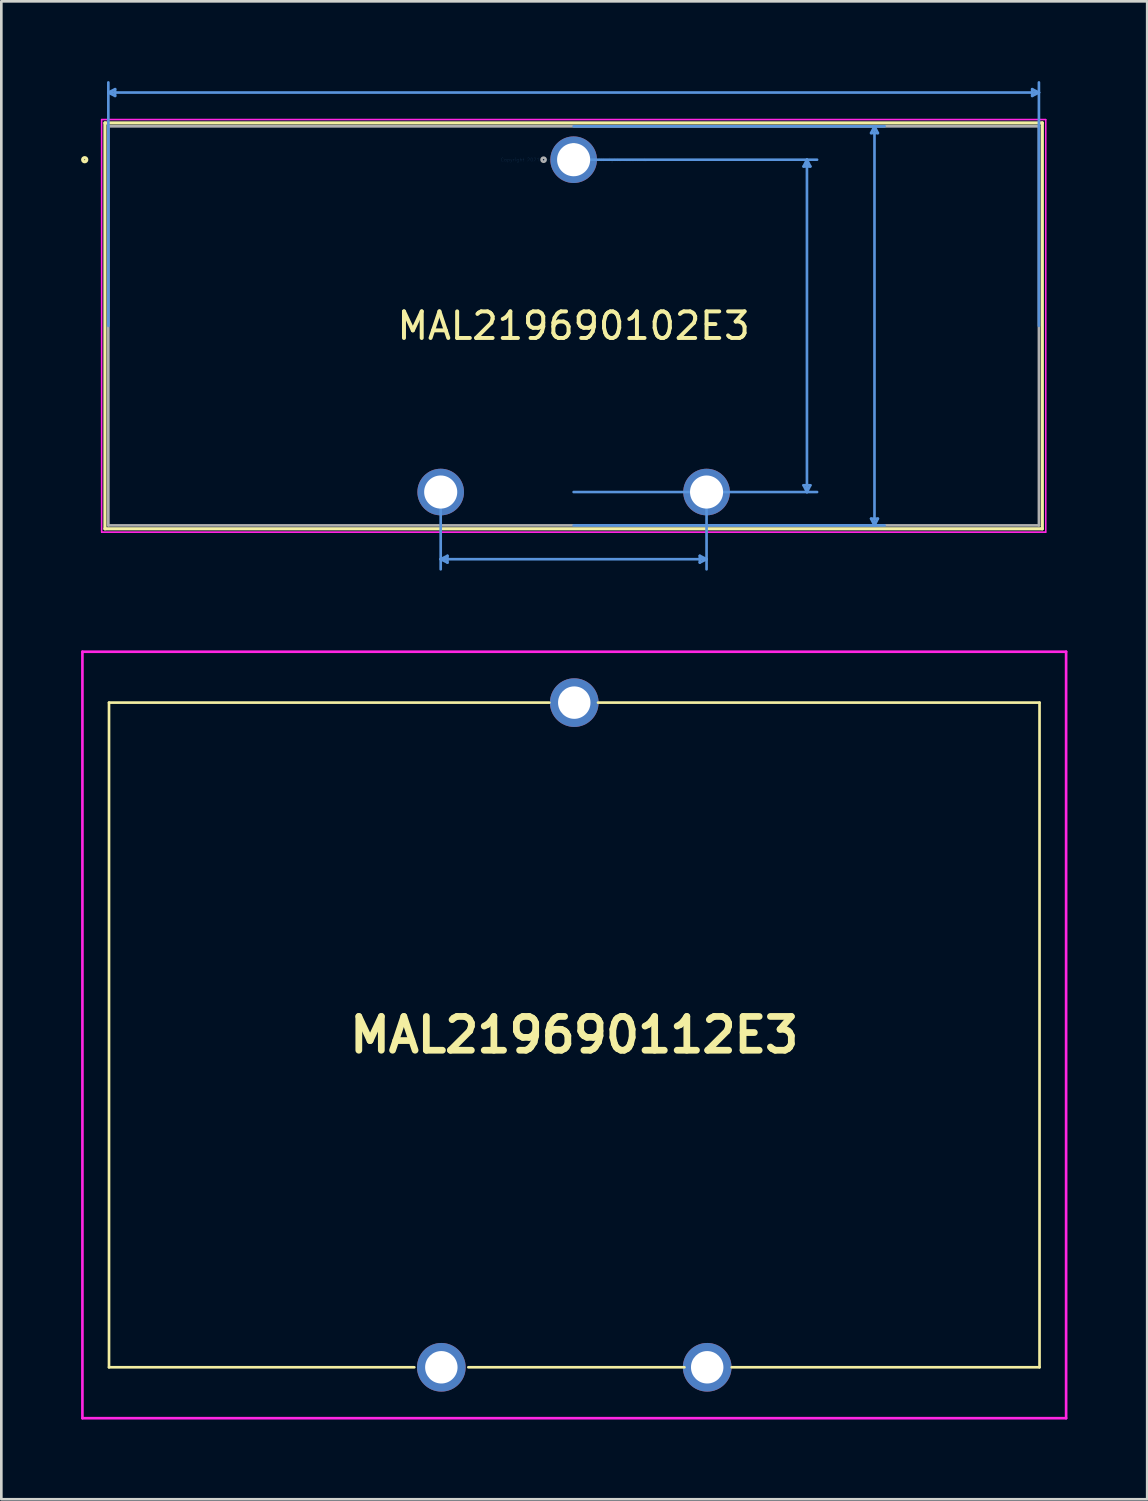
<source format=kicad_pcb>
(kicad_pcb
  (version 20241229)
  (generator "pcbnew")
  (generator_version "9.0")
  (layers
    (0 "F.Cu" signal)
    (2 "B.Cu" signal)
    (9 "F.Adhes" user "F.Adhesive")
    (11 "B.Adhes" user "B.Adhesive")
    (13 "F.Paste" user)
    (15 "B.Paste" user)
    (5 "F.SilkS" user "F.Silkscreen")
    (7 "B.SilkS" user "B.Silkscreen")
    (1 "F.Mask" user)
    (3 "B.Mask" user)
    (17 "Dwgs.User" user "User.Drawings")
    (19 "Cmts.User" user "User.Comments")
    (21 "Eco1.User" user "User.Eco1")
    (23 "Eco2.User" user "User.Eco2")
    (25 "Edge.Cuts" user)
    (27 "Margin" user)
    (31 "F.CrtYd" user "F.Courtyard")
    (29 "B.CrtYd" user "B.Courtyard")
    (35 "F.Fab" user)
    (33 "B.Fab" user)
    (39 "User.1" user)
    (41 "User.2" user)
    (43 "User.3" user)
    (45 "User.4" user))
  (footprint "MAL219690102E3"
    (layer "F.Cu")
    (at 18.526 2.957)
    (property "Reference" "MAL219690102E3" (at 0 6.25 0) (layer "F.SilkS") (effects (font (size 1 1) (thickness 0.15))))
    (attr through_hole)
    (fp_line (start -17.628 -1.383) (end -17.628 13.883) (stroke (width 0.12) (type solid)) (layer "F.SilkS"))
    (fp_line (start 17.628 -1.383) (end -17.628 -1.383) (stroke (width 0.12) (type solid)) (layer "F.SilkS"))
    (fp_line (start 17.628 -1.383) (end 17.628 13.883) (stroke (width 0.12) (type solid)) (layer "F.SilkS"))
    (fp_line (start 17.628 13.883) (end -17.628 13.883) (stroke (width 0.12) (type solid)) (layer "F.SilkS"))
    (fp_circle (center -18.39 0) (end -18.313 0) (stroke (width 0.12) (type solid)) (fill no) (layer "F.SilkS"))
    (fp_line (start -17.501 -2.526) (end -17.247 -2.653) (stroke (width 0.1) (type solid)) (layer "Cmts.User"))
    (fp_line (start -17.501 -2.526) (end -17.247 -2.399) (stroke (width 0.1) (type solid)) (layer "Cmts.User"))
    (fp_line (start -17.501 -2.526) (end 17.501 -2.526) (stroke (width 0.1) (type solid)) (layer "Cmts.User"))
    (fp_line (start -17.501 6.25) (end -17.501 -2.907) (stroke (width 0.1) (type solid)) (layer "Cmts.User"))
    (fp_line (start -17.247 -2.653) (end -17.247 -2.399) (stroke (width 0.1) (type solid)) (layer "Cmts.User"))
    (fp_line (start -5 12.5) (end -5 15.407) (stroke (width 0.1) (type solid)) (layer "Cmts.User"))
    (fp_line (start -5 15.026) (end -4.746 14.899) (stroke (width 0.1) (type solid)) (layer "Cmts.User"))
    (fp_line (start -5 15.026) (end -4.746 15.153) (stroke (width 0.1) (type solid)) (layer "Cmts.User"))
    (fp_line (start -5 15.026) (end 5 15.026) (stroke (width 0.1) (type solid)) (layer "Cmts.User"))
    (fp_line (start -4.746 14.899) (end -4.746 15.153) (stroke (width 0.1) (type solid)) (layer "Cmts.User"))
    (fp_line (start 0 -1.256) (end 11.697 -1.256) (stroke (width 0.1) (type solid)) (layer "Cmts.User"))
    (fp_line (start 0 0) (end 9.157 0) (stroke (width 0.1) (type solid)) (layer "Cmts.User"))
    (fp_line (start 0 12.5) (end 9.157 12.5) (stroke (width 0.1) (type solid)) (layer "Cmts.User"))
    (fp_line (start 0 13.756) (end 11.697 13.756) (stroke (width 0.1) (type solid)) (layer "Cmts.User"))
    (fp_line (start 4.746 14.899) (end 4.746 15.153) (stroke (width 0.1) (type solid)) (layer "Cmts.User"))
    (fp_line (start 5 12.5) (end 5 15.407) (stroke (width 0.1) (type solid)) (layer "Cmts.User"))
    (fp_line (start 5 15.026) (end 4.746 14.899) (stroke (width 0.1) (type solid)) (layer "Cmts.User"))
    (fp_line (start 5 15.026) (end 4.746 15.153) (stroke (width 0.1) (type solid)) (layer "Cmts.User"))
    (fp_line (start 8.649 0.254) (end 8.903 0.254) (stroke (width 0.1) (type solid)) (layer "Cmts.User"))
    (fp_line (start 8.649 12.246) (end 8.903 12.246) (stroke (width 0.1) (type solid)) (layer "Cmts.User"))
    (fp_line (start 8.776 0) (end 8.649 0.254) (stroke (width 0.1) (type solid)) (layer "Cmts.User"))
    (fp_line (start 8.776 0) (end 8.776 12.5) (stroke (width 0.1) (type solid)) (layer "Cmts.User"))
    (fp_line (start 8.776 0) (end 8.903 0.254) (stroke (width 0.1) (type solid)) (layer "Cmts.User"))
    (fp_line (start 8.776 12.5) (end 8.649 12.246) (stroke (width 0.1) (type solid)) (layer "Cmts.User"))
    (fp_line (start 8.776 12.5) (end 8.903 12.246) (stroke (width 0.1) (type solid)) (layer "Cmts.User"))
    (fp_line (start 11.189 -1.002) (end 11.443 -1.002) (stroke (width 0.1) (type solid)) (layer "Cmts.User"))
    (fp_line (start 11.189 13.502) (end 11.443 13.502) (stroke (width 0.1) (type solid)) (layer "Cmts.User"))
    (fp_line (start 11.316 -1.256) (end 11.189 -1.002) (stroke (width 0.1) (type solid)) (layer "Cmts.User"))
    (fp_line (start 11.316 -1.256) (end 11.316 13.756) (stroke (width 0.1) (type solid)) (layer "Cmts.User"))
    (fp_line (start 11.316 -1.256) (end 11.443 -1.002) (stroke (width 0.1) (type solid)) (layer "Cmts.User"))
    (fp_line (start 11.316 13.756) (end 11.189 13.502) (stroke (width 0.1) (type solid)) (layer "Cmts.User"))
    (fp_line (start 11.316 13.756) (end 11.443 13.502) (stroke (width 0.1) (type solid)) (layer "Cmts.User"))
    (fp_line (start 17.247 -2.653) (end 17.247 -2.399) (stroke (width 0.1) (type solid)) (layer "Cmts.User"))
    (fp_line (start 17.501 -2.526) (end 17.247 -2.653) (stroke (width 0.1) (type solid)) (layer "Cmts.User"))
    (fp_line (start 17.501 -2.526) (end 17.247 -2.399) (stroke (width 0.1) (type solid)) (layer "Cmts.User"))
    (fp_line (start 17.501 6.25) (end 17.501 -2.907) (stroke (width 0.1) (type solid)) (layer "Cmts.User"))
    (fp_line (start -17.755 -1.51) (end 17.755 -1.51) (stroke (width 0.05) (type solid)) (layer "F.CrtYd"))
    (fp_line (start -17.755 -1.51) (end 17.755 -1.51) (stroke (width 0.05) (type solid)) (layer "F.CrtYd"))
    (fp_line (start -17.755 14.01) (end -17.755 -1.51) (stroke (width 0.05) (type solid)) (layer "F.CrtYd"))
    (fp_line (start -17.755 14.01) (end -17.755 -1.51) (stroke (width 0.05) (type solid)) (layer "F.CrtYd"))
    (fp_line (start 17.755 -1.51) (end 17.755 14.01) (stroke (width 0.05) (type solid)) (layer "F.CrtYd"))
    (fp_line (start 17.755 -1.51) (end 17.755 14.01) (stroke (width 0.05) (type solid)) (layer "F.CrtYd"))
    (fp_line (start 17.755 14.01) (end -17.755 14.01) (stroke (width 0.05) (type solid)) (layer "F.CrtYd"))
    (fp_line (start 17.755 14.01) (end -17.755 14.01) (stroke (width 0.05) (type solid)) (layer "F.CrtYd"))
    (fp_line (start -17.501 -1.256) (end -17.501 13.756) (stroke (width 0.1) (type solid)) (layer "F.Fab"))
    (fp_line (start 17.501 -1.256) (end -17.501 -1.256) (stroke (width 0.1) (type solid)) (layer "F.Fab"))
    (fp_line (start 17.501 -1.256) (end 17.501 13.756) (stroke (width 0.1) (type solid)) (layer "F.Fab"))
    (fp_line (start 17.501 13.756) (end -17.501 13.756) (stroke (width 0.1) (type solid)) (layer "F.Fab"))
    (fp_circle (center -1.13 0) (end -1.054 0) (stroke (width 0.1) (type solid)) (fill no) (layer "F.Fab"))
    (fp_text user "*" (at 0 0 0) (layer "F.SilkS") (effects (font (size 1 1) (thickness 0.15))))
    (fp_text user "Copyright 2021 Accelerated Designs. All rights reserved." (at 0 0 0) (layer "Cmts.User") (effects (font (size 0.127 0.127) (thickness 0.002))))
    (fp_text user "*" (at 0 0 0) (layer "F.Fab") (effects (font (size 1 1) (thickness 0.15))))
    (pad "1" thru_hole circle (at 0 0) (size 1.753 1.753) (drill 1.245) (layers "*.Cu" "*.Mask"))
    (pad "2" thru_hole circle (at -5 12.5) (size 1.753 1.753) (drill 1.245) (layers "*.Cu" "*.Mask"))
    (pad "3" thru_hole circle (at 5 12.5) (size 1.753 1.753) (drill 1.245) (layers "*.Cu" "*.Mask")))
  (footprint "MAL219690112E3"
    (layer "F.Cu")
    (at 13.55 48.378)
    (property "Reference" "MAL219690112E3" (at 5 -12.5 0) (layer "F.SilkS") (effects (font (size 1.27 1.27) (thickness 0.254))))
    (attr through_hole)
    (fp_line (start -12.5 -25) (end 4.064 -25) (stroke (width 0.1) (type solid)) (layer "F.SilkS"))
    (fp_line (start -12.5 0) (end -12.5 -25) (stroke (width 0.1) (type solid)) (layer "F.SilkS"))
    (fp_line (start -1.016 0) (end -12.5 0) (stroke (width 0.1) (type solid)) (layer "F.SilkS"))
    (fp_line (start 1.016 0) (end 9.144 0) (stroke (width 0.1) (type solid)) (layer "F.SilkS"))
    (fp_line (start 5.893 -25) (end 22.5 -25) (stroke (width 0.1) (type solid)) (layer "F.SilkS"))
    (fp_line (start 22.5 -25) (end 22.5 0) (stroke (width 0.1) (type solid)) (layer "F.SilkS"))
    (fp_line (start 22.5 0) (end 10.922 0) (stroke (width 0.1) (type solid)) (layer "F.SilkS"))
    (fp_line (start -13.5 -26.915) (end 23.5 -26.915) (stroke (width 0.1) (type solid)) (layer "F.CrtYd"))
    (fp_line (start -13.5 1.915) (end -13.5 -26.915) (stroke (width 0.1) (type solid)) (layer "F.CrtYd"))
    (fp_line (start 23.5 -26.915) (end 23.5 1.915) (stroke (width 0.1) (type solid)) (layer "F.CrtYd"))
    (fp_line (start 23.5 1.915) (end -13.5 1.915) (stroke (width 0.1) (type solid)) (layer "F.CrtYd"))
    (pad "1" thru_hole circle (at 0 0) (size 1.83 1.83) (drill 1.22) (layers "*.Cu" "*.Mask"))
    (pad "2" thru_hole circle (at 5 -25) (size 1.83 1.83) (drill 1.22) (layers "*.Cu" "*.Mask"))
    (pad "3" thru_hole circle (at 10 0) (size 1.83 1.83) (drill 1.22) (layers "*.Cu" "*.Mask")))
  (gr_rect
    (start -3 -3)
    (end 40.1 53.343)
    (stroke (width 0.1) (type default))
    (fill no)
    (layer "Edge.Cuts")))
</source>
